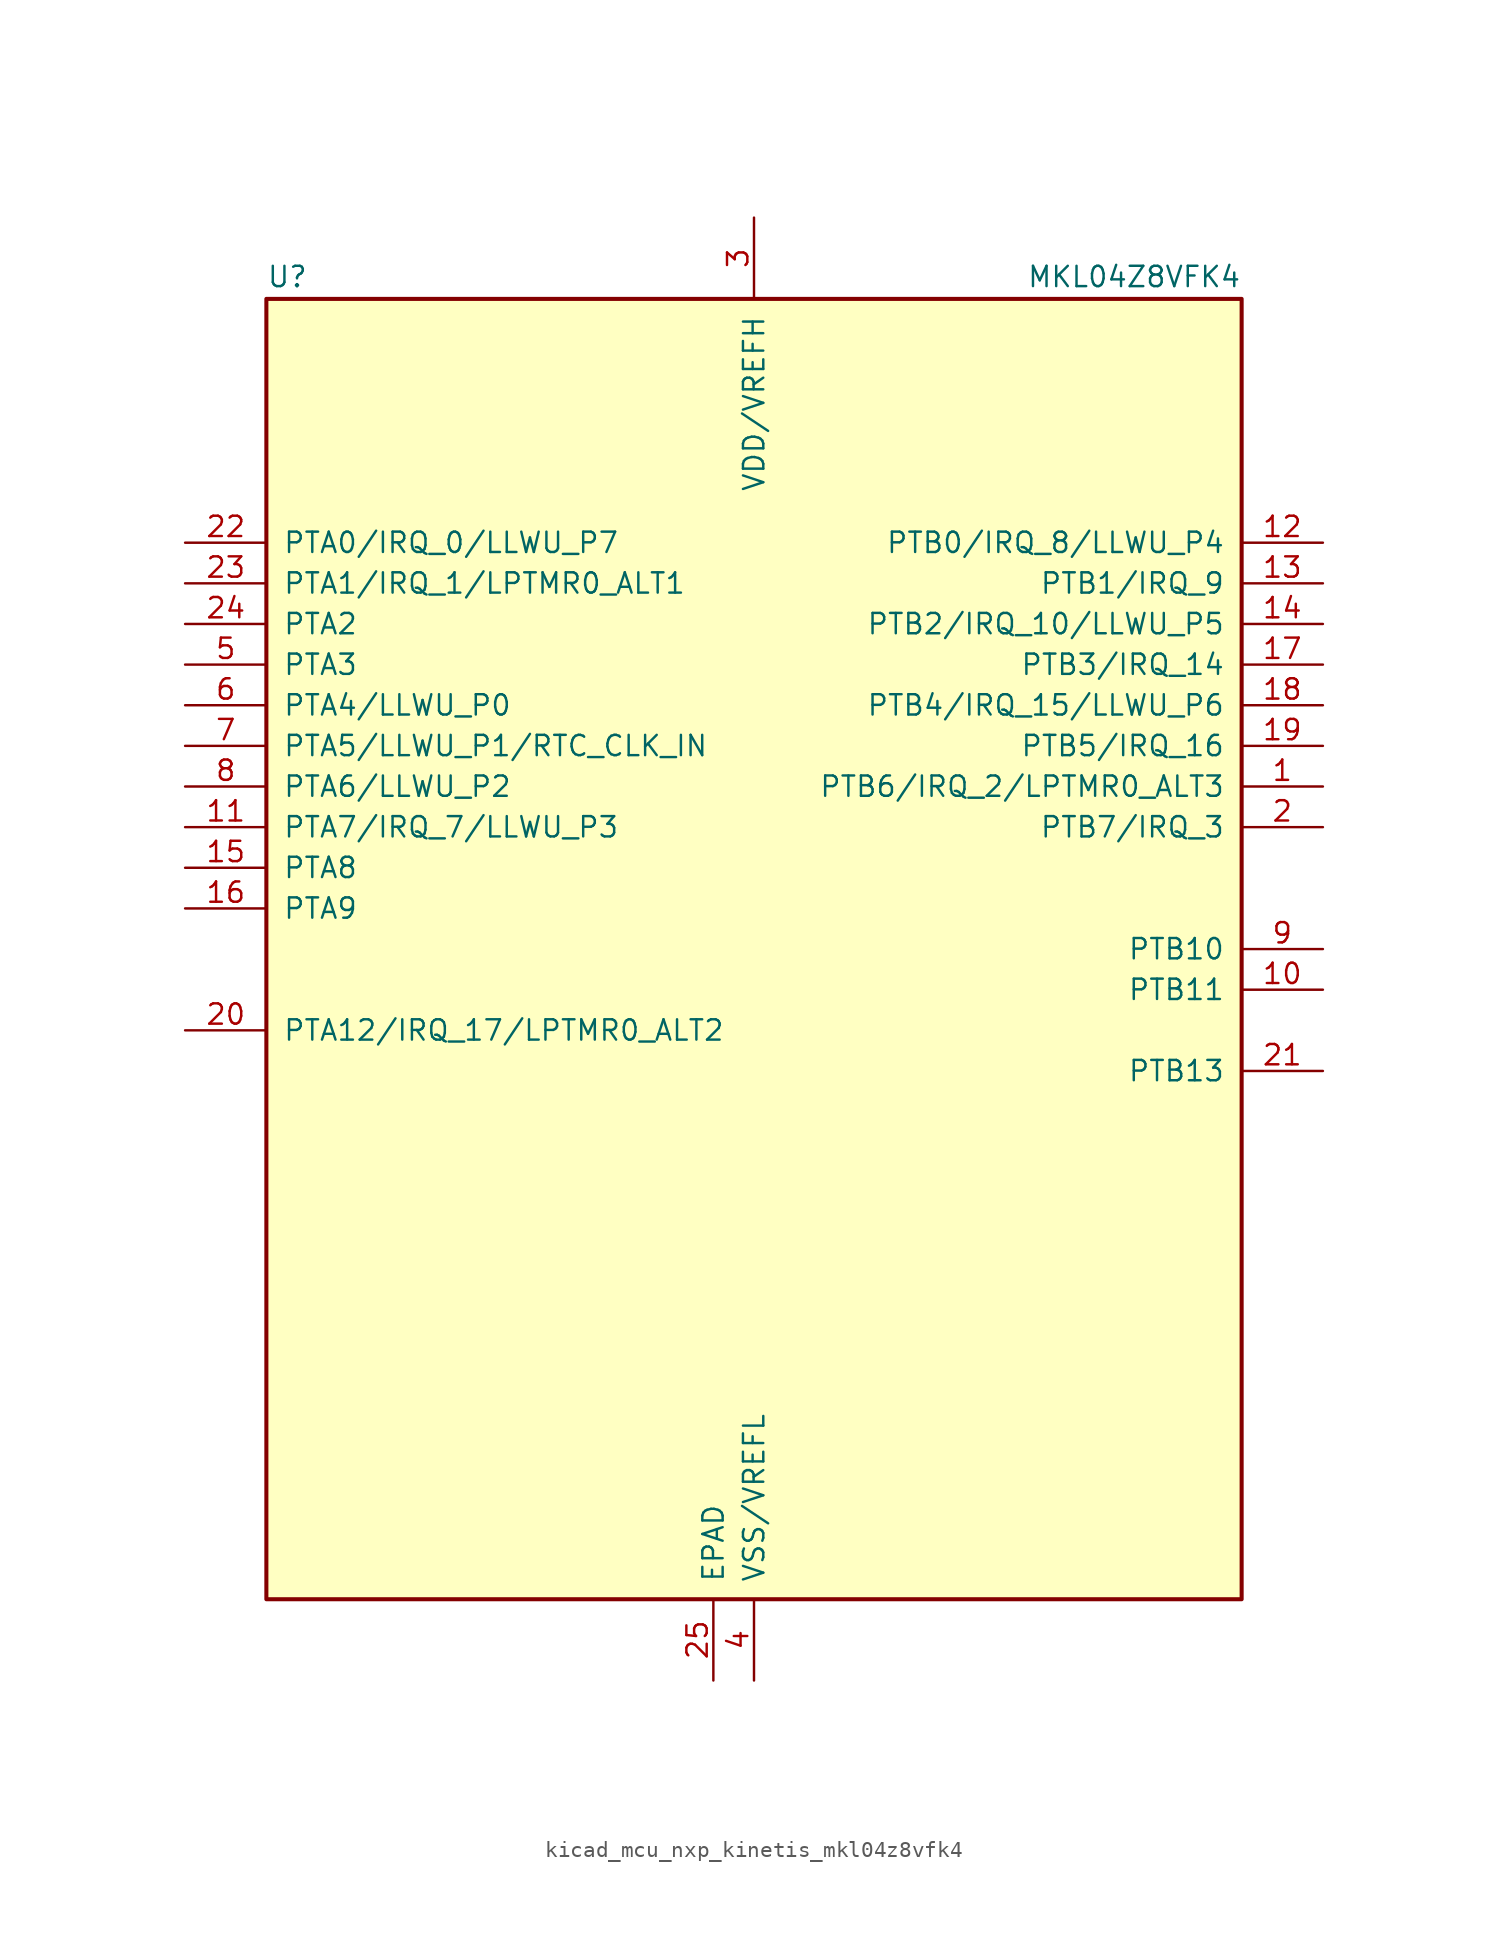
<source format=kicad_sym>
(kicad_symbol_lib
  (version 20220914)
  (generator kicad_symbol_editor)
  (symbol "kicad_mcu_nxp_kinetis_mkl04z8vfk4"
    (pin_names
      (offset 1.016))
    (property "Reference" "U"
      (at -30.48 41.275 0)
      (effects (font (size 1.27 1.27)) (justify left bottom)))
    (property "Value" "MKL04Z8VFK4"
      (at 30.48 41.275 0)
      (effects (font (size 1.27 1.27)) (justify right bottom)))
    (symbol "kicad_mcu_nxp_kinetis_mkl04z8vfk4_0_1"
      (rectangle (start -30.48 40.64) (end 30.48 -40.64) (stroke (width 0.254) (type default)) (fill (type background))))
    (symbol "kicad_mcu_nxp_kinetis_mkl04z8vfk4_1_1"
      (pin bidirectional line (at 35.56 10.16 180) (length 5.08) (name "PTB6/IRQ_2/LPTMR0_ALT3" (effects (font (size 1.27 1.27)))) (number "1" (effects (font (size 1.27 1.27)))))
      (pin bidirectional line (at 35.56 -2.54 180) (length 5.08) (name "PTB11" (effects (font (size 1.27 1.27)))) (number "10" (effects (font (size 1.27 1.27)))))
      (pin bidirectional line (at -35.56 7.62 0) (length 5.08) (name "PTA7/IRQ_7/LLWU_P3" (effects (font (size 1.27 1.27)))) (number "11" (effects (font (size 1.27 1.27)))))
      (pin bidirectional line (at 35.56 25.4 180) (length 5.08) (name "PTB0/IRQ_8/LLWU_P4" (effects (font (size 1.27 1.27)))) (number "12" (effects (font (size 1.27 1.27)))))
      (pin bidirectional line (at 35.56 22.86 180) (length 5.08) (name "PTB1/IRQ_9" (effects (font (size 1.27 1.27)))) (number "13" (effects (font (size 1.27 1.27)))))
      (pin bidirectional line (at 35.56 20.32 180) (length 5.08) (name "PTB2/IRQ_10/LLWU_P5" (effects (font (size 1.27 1.27)))) (number "14" (effects (font (size 1.27 1.27)))))
      (pin bidirectional line (at -35.56 5.08 0) (length 5.08) (name "PTA8" (effects (font (size 1.27 1.27)))) (number "15" (effects (font (size 1.27 1.27)))))
      (pin bidirectional line (at -35.56 2.54 0) (length 5.08) (name "PTA9" (effects (font (size 1.27 1.27)))) (number "16" (effects (font (size 1.27 1.27)))))
      (pin bidirectional line (at 35.56 17.78 180) (length 5.08) (name "PTB3/IRQ_14" (effects (font (size 1.27 1.27)))) (number "17" (effects (font (size 1.27 1.27)))))
      (pin bidirectional line (at 35.56 15.24 180) (length 5.08) (name "PTB4/IRQ_15/LLWU_P6" (effects (font (size 1.27 1.27)))) (number "18" (effects (font (size 1.27 1.27)))))
      (pin bidirectional line (at 35.56 12.7 180) (length 5.08) (name "PTB5/IRQ_16" (effects (font (size 1.27 1.27)))) (number "19" (effects (font (size 1.27 1.27)))))
      (pin bidirectional line (at 35.56 7.62 180) (length 5.08) (name "PTB7/IRQ_3" (effects (font (size 1.27 1.27)))) (number "2" (effects (font (size 1.27 1.27)))))
      (pin bidirectional line (at -35.56 -5.08 0) (length 5.08) (name "PTA12/IRQ_17/LPTMR0_ALT2" (effects (font (size 1.27 1.27)))) (number "20" (effects (font (size 1.27 1.27)))))
      (pin bidirectional line (at 35.56 -7.62 180) (length 5.08) (name "PTB13" (effects (font (size 1.27 1.27)))) (number "21" (effects (font (size 1.27 1.27)))))
      (pin bidirectional line (at -35.56 25.4 0) (length 5.08) (name "PTA0/IRQ_0/LLWU_P7" (effects (font (size 1.27 1.27)))) (number "22" (effects (font (size 1.27 1.27)))))
      (pin bidirectional line (at -35.56 22.86 0) (length 5.08) (name "PTA1/IRQ_1/LPTMR0_ALT1" (effects (font (size 1.27 1.27)))) (number "23" (effects (font (size 1.27 1.27)))))
      (pin bidirectional line (at -35.56 20.32 0) (length 5.08) (name "PTA2" (effects (font (size 1.27 1.27)))) (number "24" (effects (font (size 1.27 1.27)))))
      (pin power_in line (at -2.54 -45.72 90) (length 5.08) (name "EPAD" (effects (font (size 1.27 1.27)))) (number "25" (effects (font (size 1.27 1.27)))))
      (pin power_in line (at 0 45.72 270) (length 5.08) (name "VDD/VREFH" (effects (font (size 1.27 1.27)))) (number "3" (effects (font (size 1.27 1.27)))))
      (pin power_in line (at 0 -45.72 90) (length 5.08) (name "VSS/VREFL" (effects (font (size 1.27 1.27)))) (number "4" (effects (font (size 1.27 1.27)))))
      (pin bidirectional line (at -35.56 17.78 0) (length 5.08) (name "PTA3" (effects (font (size 1.27 1.27)))) (number "5" (effects (font (size 1.27 1.27)))))
      (pin bidirectional line (at -35.56 15.24 0) (length 5.08) (name "PTA4/LLWU_P0" (effects (font (size 1.27 1.27)))) (number "6" (effects (font (size 1.27 1.27)))))
      (pin bidirectional line (at -35.56 12.7 0) (length 5.08) (name "PTA5/LLWU_P1/RTC_CLK_IN" (effects (font (size 1.27 1.27)))) (number "7" (effects (font (size 1.27 1.27)))))
      (pin bidirectional line (at -35.56 10.16 0) (length 5.08) (name "PTA6/LLWU_P2" (effects (font (size 1.27 1.27)))) (number "8" (effects (font (size 1.27 1.27)))))
      (pin bidirectional line (at 35.56 0 180) (length 5.08) (name "PTB10" (effects (font (size 1.27 1.27)))) (number "9" (effects (font (size 1.27 1.27))))))))
</source>
